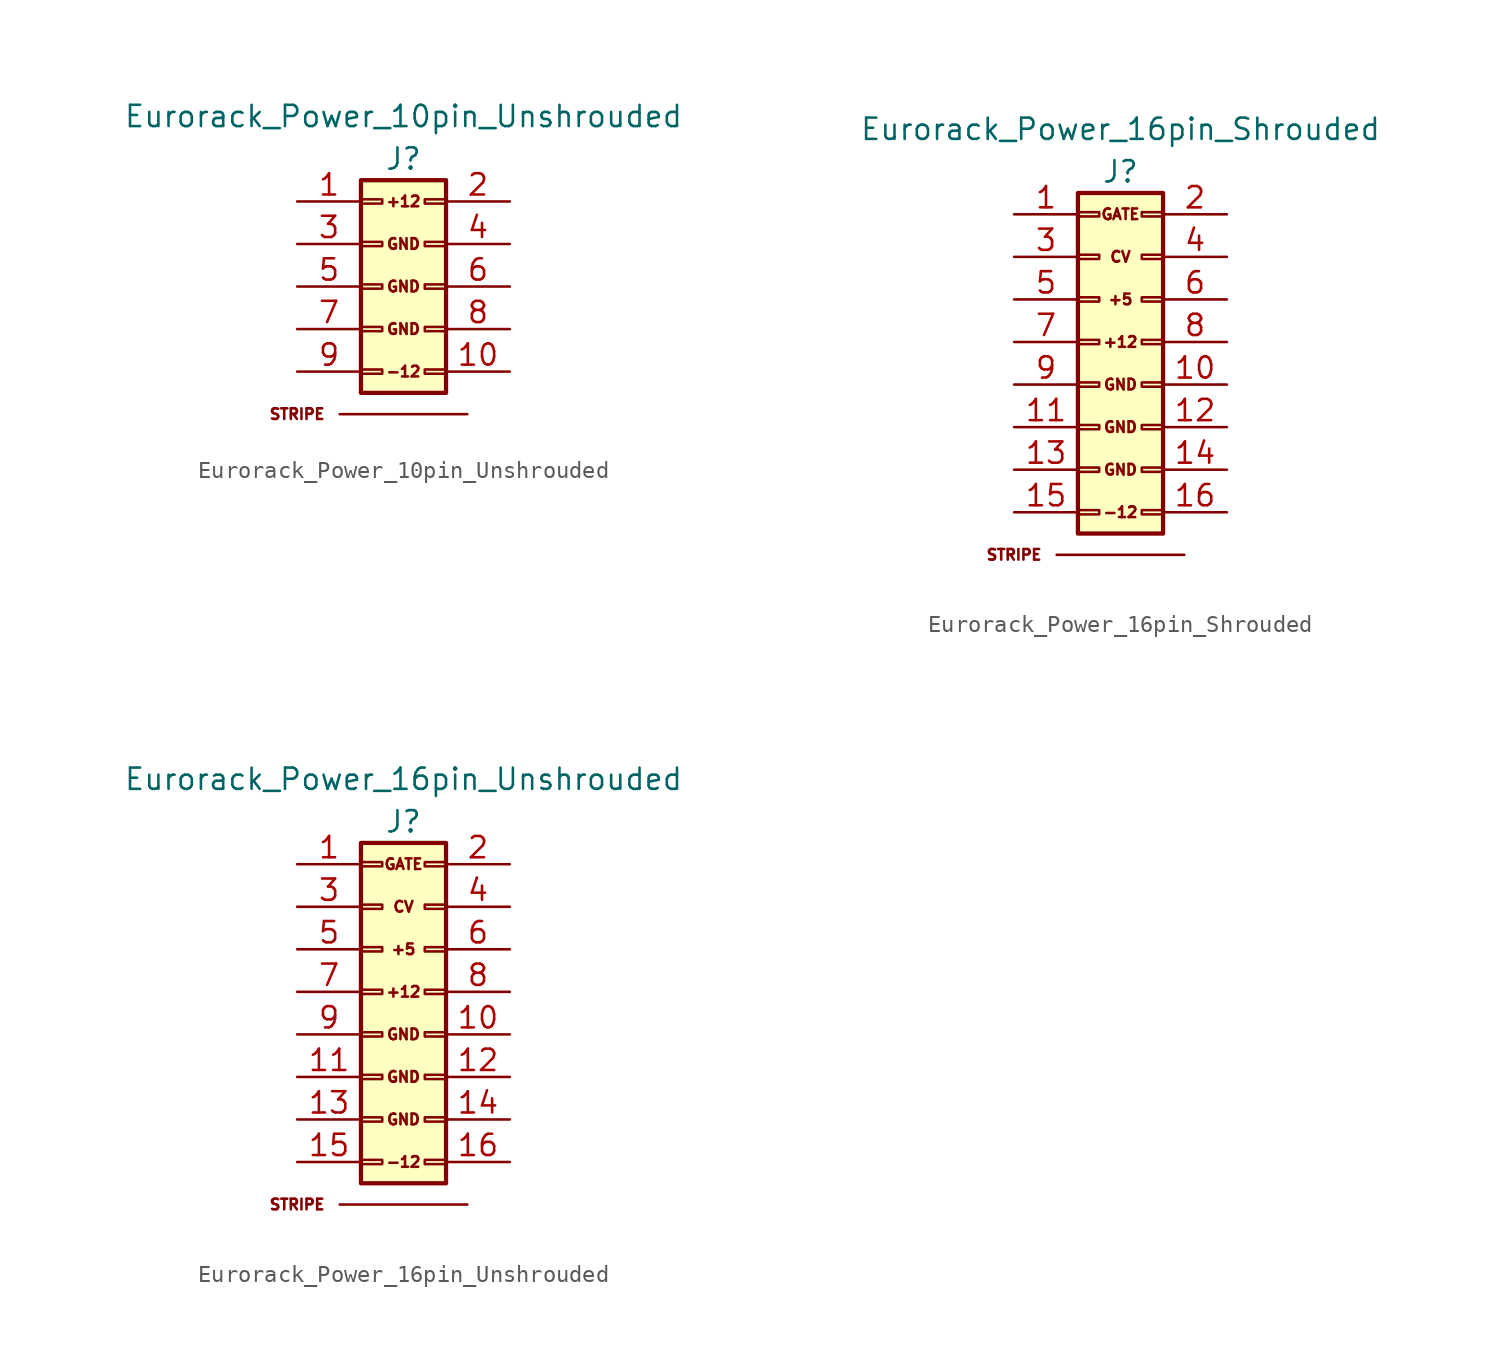
<source format=kicad_sym>
(kicad_symbol_lib
  (version 20211014)
  (generator kicad_symbol_editor)
  (symbol "Eurorack_Power_10pin_Unshrouded"
    (pin_names
      (offset 0.025) hide)
    (property "Reference" "J"
      (at 0 3.81 0)
      (effects (font (size 1.27 1.27))))
    (property "Value" "Eurorack_Power_10pin_Unshrouded"
      (at 0 6.35 0)
      (effects (font (size 1.27 1.27))))
    (symbol "Eurorack_Power_10pin_Unshrouded_0_0"
      (text "+12" (at 0 1.27 0) (effects (font (size 0.635 0.635))))
      (text "-12" (at 0 -8.89 0) (effects (font (size 0.635 0.635))))
      (text "GND" (at 0 -6.35 0) (effects (font (size 0.635 0.635))))
      (text "GND" (at 0 -3.81 0) (effects (font (size 0.635 0.635))))
      (text "GND" (at 0 -1.27 0) (effects (font (size 0.635 0.635))))
      (text "STRIPE" (at -6.35 -11.43 0) (effects (font (size 0.635 0.635)))))
    (symbol "Eurorack_Power_10pin_Unshrouded_0_1"
      (rectangle (start -2.54 -10.16) (end 2.54 2.54) (stroke (width 0.254) (type default) (color 0 0 0 0)) (fill (type background)))
      (rectangle (start -2.54 -8.763) (end -1.27 -9.017) (stroke (width 0) (type default) (color 0 0 0 0)) (fill (type none)))
      (rectangle (start -2.54 -6.223) (end -1.27 -6.477) (stroke (width 0) (type default) (color 0 0 0 0)) (fill (type none)))
      (rectangle (start -2.54 -3.683) (end -1.27 -3.937) (stroke (width 0) (type default) (color 0 0 0 0)) (fill (type none)))
      (rectangle (start -2.54 -1.143) (end -1.27 -1.397) (stroke (width 0) (type default) (color 0 0 0 0)) (fill (type none)))
      (rectangle (start -2.54 1.397) (end -1.27 1.143) (stroke (width 0) (type default) (color 0 0 0 0)) (fill (type none)))
      (polyline (pts (xy -3.81 -11.43) (xy 3.81 -11.43) (xy 1.27 -11.43)) (stroke (width 0) (type default) (color 0 0 0 0)) (fill (type none)))
      (rectangle (start 1.27 -8.763) (end 2.54 -9.017) (stroke (width 0) (type default) (color 0 0 0 0)) (fill (type none)))
      (rectangle (start 1.27 -6.223) (end 2.54 -6.477) (stroke (width 0) (type default) (color 0 0 0 0)) (fill (type none)))
      (rectangle (start 1.27 -3.683) (end 2.54 -3.937) (stroke (width 0) (type default) (color 0 0 0 0)) (fill (type none)))
      (rectangle (start 1.27 -1.143) (end 2.54 -1.397) (stroke (width 0) (type default) (color 0 0 0 0)) (fill (type none)))
      (rectangle (start 1.27 1.397) (end 2.54 1.143) (stroke (width 0) (type default) (color 0 0 0 0)) (fill (type none))))
    (symbol "Eurorack_Power_10pin_Unshrouded_1_1"
      (pin passive line (at -6.35 1.27 0) (length 3.81) (name "+12V" (effects (font (size 1.27 1.27)))) (number "1" (effects (font (size 1.27 1.27)))))
      (pin passive line (at 6.35 -8.89 180) (length 3.81) (name "-12V" (effects (font (size 1.27 1.27)))) (number "10" (effects (font (size 1.27 1.27)))))
      (pin passive line (at 6.35 1.27 180) (length 3.81) (name "+12V" (effects (font (size 1.27 1.27)))) (number "2" (effects (font (size 1.27 1.27)))))
      (pin passive line (at -6.35 -1.27 0) (length 3.81) (name "GND" (effects (font (size 1.27 1.27)))) (number "3" (effects (font (size 1.27 1.27)))))
      (pin passive line (at 6.35 -1.27 180) (length 3.81) (name "GND" (effects (font (size 1.27 1.27)))) (number "4" (effects (font (size 1.27 1.27)))))
      (pin passive line (at -6.35 -3.81 0) (length 3.81) (name "GND" (effects (font (size 1.27 1.27)))) (number "5" (effects (font (size 1.27 1.27)))))
      (pin passive line (at 6.35 -3.81 180) (length 3.81) (name "GND" (effects (font (size 1.27 1.27)))) (number "6" (effects (font (size 1.27 1.27)))))
      (pin passive line (at -6.35 -6.35 0) (length 3.81) (name "GND" (effects (font (size 1.27 1.27)))) (number "7" (effects (font (size 1.27 1.27)))))
      (pin passive line (at 6.35 -6.35 180) (length 3.81) (name "GND" (effects (font (size 1.27 1.27)))) (number "8" (effects (font (size 1.27 1.27)))))
      (pin passive line (at -6.35 -8.89 0) (length 3.81) (name "-12V" (effects (font (size 1.27 1.27)))) (number "9" (effects (font (size 1.27 1.27)))))))
  (symbol "Eurorack_Power_16pin_Shrouded"
    (pin_names
      (offset 0.025) hide)
    (property "Reference" "J"
      (at 0 11.43 0)
      (effects (font (size 1.27 1.27))))
    (property "Value" "Eurorack_Power_16pin_Shrouded"
      (at 0 13.97 0)
      (effects (font (size 1.27 1.27))))
    (symbol "Eurorack_Power_16pin_Shrouded_0_0"
      (text "+12" (at 0 1.27 0) (effects (font (size 0.635 0.635))))
      (text "+5" (at 0 3.81 0) (effects (font (size 0.635 0.635))))
      (text "-12" (at 0 -8.89 0) (effects (font (size 0.635 0.635))))
      (text "CV" (at 0 6.35 0) (effects (font (size 0.635 0.635))))
      (text "GATE" (at 0 8.89 0) (effects (font (size 0.635 0.635))))
      (text "GND" (at 0 -6.35 0) (effects (font (size 0.635 0.635))))
      (text "GND" (at 0 -3.81 0) (effects (font (size 0.635 0.635))))
      (text "GND" (at 0 -1.27 0) (effects (font (size 0.635 0.635))))
      (text "STRIPE" (at -6.35 -11.43 0) (effects (font (size 0.635 0.635)))))
    (symbol "Eurorack_Power_16pin_Shrouded_0_1"
      (rectangle (start -2.54 -8.763) (end -1.27 -9.017) (stroke (width 0) (type default) (color 0 0 0 0)) (fill (type none)))
      (rectangle (start -2.54 -6.223) (end -1.27 -6.477) (stroke (width 0) (type default) (color 0 0 0 0)) (fill (type none)))
      (rectangle (start -2.54 -3.683) (end -1.27 -3.937) (stroke (width 0) (type default) (color 0 0 0 0)) (fill (type none)))
      (rectangle (start -2.54 -1.143) (end -1.27 -1.397) (stroke (width 0) (type default) (color 0 0 0 0)) (fill (type none)))
      (rectangle (start -2.54 1.397) (end -1.27 1.143) (stroke (width 0) (type default) (color 0 0 0 0)) (fill (type none)))
      (rectangle (start -2.54 3.937) (end -1.27 3.683) (stroke (width 0) (type default) (color 0 0 0 0)) (fill (type none)))
      (rectangle (start -2.54 6.477) (end -1.27 6.223) (stroke (width 0) (type default) (color 0 0 0 0)) (fill (type none)))
      (rectangle (start -2.54 9.017) (end -1.27 8.763) (stroke (width 0) (type default) (color 0 0 0 0)) (fill (type none)))
      (rectangle (start -2.54 10.16) (end 2.54 -10.16) (stroke (width 0.254) (type default) (color 0 0 0 0)) (fill (type background)))
      (polyline (pts (xy -3.81 -11.43) (xy 3.81 -11.43) (xy 1.27 -11.43)) (stroke (width 0) (type default) (color 0 0 0 0)) (fill (type none)))
      (rectangle (start 1.27 -8.763) (end 2.54 -9.017) (stroke (width 0) (type default) (color 0 0 0 0)) (fill (type none)))
      (rectangle (start 1.27 -6.223) (end 2.54 -6.477) (stroke (width 0) (type default) (color 0 0 0 0)) (fill (type none)))
      (rectangle (start 1.27 -3.683) (end 2.54 -3.937) (stroke (width 0) (type default) (color 0 0 0 0)) (fill (type none)))
      (rectangle (start 1.27 -1.143) (end 2.54 -1.397) (stroke (width 0) (type default) (color 0 0 0 0)) (fill (type none)))
      (rectangle (start 1.27 1.397) (end 2.54 1.143) (stroke (width 0) (type default) (color 0 0 0 0)) (fill (type none)))
      (rectangle (start 1.27 3.937) (end 2.54 3.683) (stroke (width 0) (type default) (color 0 0 0 0)) (fill (type none)))
      (rectangle (start 1.27 6.477) (end 2.54 6.223) (stroke (width 0) (type default) (color 0 0 0 0)) (fill (type none)))
      (rectangle (start 1.27 9.017) (end 2.54 8.763) (stroke (width 0) (type default) (color 0 0 0 0)) (fill (type none))))
    (symbol "Eurorack_Power_16pin_Shrouded_1_1"
      (pin passive line (at -6.35 8.89 0) (length 3.81) (name "P1" (effects (font (size 1.27 1.27)))) (number "1" (effects (font (size 1.27 1.27)))))
      (pin passive line (at 6.35 -1.27 180) (length 3.81) (name "GND" (effects (font (size 1.27 1.27)))) (number "10" (effects (font (size 1.27 1.27)))))
      (pin passive line (at -6.35 -3.81 0) (length 3.81) (name "GND" (effects (font (size 1.27 1.27)))) (number "11" (effects (font (size 1.27 1.27)))))
      (pin passive line (at 6.35 -3.81 180) (length 3.81) (name "GND" (effects (font (size 1.27 1.27)))) (number "12" (effects (font (size 1.27 1.27)))))
      (pin passive line (at -6.35 -6.35 0) (length 3.81) (name "-12" (effects (font (size 1.27 1.27)))) (number "13" (effects (font (size 1.27 1.27)))))
      (pin passive line (at 6.35 -6.35 180) (length 3.81) (name "-12V" (effects (font (size 1.27 1.27)))) (number "14" (effects (font (size 1.27 1.27)))))
      (pin passive line (at -6.35 -8.89 0) (length 3.81) (name "-12V" (effects (font (size 1.27 1.27)))) (number "15" (effects (font (size 1.27 1.27)))))
      (pin passive line (at 6.35 -8.89 180) (length 3.81) (name "P16" (effects (font (size 1.27 1.27)))) (number "16" (effects (font (size 1.27 1.27)))))
      (pin passive line (at 6.35 8.89 180) (length 3.81) (name "P2" (effects (font (size 1.27 1.27)))) (number "2" (effects (font (size 1.27 1.27)))))
      (pin passive line (at -6.35 6.35 0) (length 3.81) (name "P3" (effects (font (size 1.27 1.27)))) (number "3" (effects (font (size 1.27 1.27)))))
      (pin passive line (at 6.35 6.35 180) (length 3.81) (name "P4" (effects (font (size 1.27 1.27)))) (number "4" (effects (font (size 1.27 1.27)))))
      (pin passive line (at -6.35 3.81 0) (length 3.81) (name "+12V" (effects (font (size 1.27 1.27)))) (number "5" (effects (font (size 1.27 1.27)))))
      (pin passive line (at 6.35 3.81 180) (length 3.81) (name "P6" (effects (font (size 1.27 1.27)))) (number "6" (effects (font (size 1.27 1.27)))))
      (pin passive line (at -6.35 1.27 0) (length 3.81) (name "12V" (effects (font (size 1.27 1.27)))) (number "7" (effects (font (size 1.27 1.27)))))
      (pin passive line (at 6.35 1.27 180) (length 3.81) (name "+12V" (effects (font (size 1.27 1.27)))) (number "8" (effects (font (size 1.27 1.27)))))
      (pin passive line (at -6.35 -1.27 0) (length 3.81) (name "GND" (effects (font (size 1.27 1.27)))) (number "9" (effects (font (size 1.27 1.27)))))))
  (symbol "Eurorack_Power_16pin_Unshrouded"
    (pin_names
      (offset 0.025) hide)
    (property "Reference" "J"
      (at 0 11.43 0)
      (effects (font (size 1.27 1.27))))
    (property "Value" "Eurorack_Power_16pin_Unshrouded"
      (at 0 13.97 0)
      (effects (font (size 1.27 1.27))))
    (symbol "Eurorack_Power_16pin_Unshrouded_0_0"
      (text "+12" (at 0 1.27 0) (effects (font (size 0.635 0.635))))
      (text "+5" (at 0 3.81 0) (effects (font (size 0.635 0.635))))
      (text "-12" (at 0 -8.89 0) (effects (font (size 0.635 0.635))))
      (text "CV" (at 0 6.35 0) (effects (font (size 0.635 0.635))))
      (text "GATE" (at 0 8.89 0) (effects (font (size 0.635 0.635))))
      (text "GND" (at 0 -6.35 0) (effects (font (size 0.635 0.635))))
      (text "GND" (at 0 -3.81 0) (effects (font (size 0.635 0.635))))
      (text "GND" (at 0 -1.27 0) (effects (font (size 0.635 0.635))))
      (text "STRIPE" (at -6.35 -11.43 0) (effects (font (size 0.635 0.635)))))
    (symbol "Eurorack_Power_16pin_Unshrouded_0_1"
      (rectangle (start -2.54 -8.763) (end -1.27 -9.017) (stroke (width 0) (type default) (color 0 0 0 0)) (fill (type none)))
      (rectangle (start -2.54 -6.223) (end -1.27 -6.477) (stroke (width 0) (type default) (color 0 0 0 0)) (fill (type none)))
      (rectangle (start -2.54 -3.683) (end -1.27 -3.937) (stroke (width 0) (type default) (color 0 0 0 0)) (fill (type none)))
      (rectangle (start -2.54 -1.143) (end -1.27 -1.397) (stroke (width 0) (type default) (color 0 0 0 0)) (fill (type none)))
      (rectangle (start -2.54 1.397) (end -1.27 1.143) (stroke (width 0) (type default) (color 0 0 0 0)) (fill (type none)))
      (rectangle (start -2.54 3.937) (end -1.27 3.683) (stroke (width 0) (type default) (color 0 0 0 0)) (fill (type none)))
      (rectangle (start -2.54 6.477) (end -1.27 6.223) (stroke (width 0) (type default) (color 0 0 0 0)) (fill (type none)))
      (rectangle (start -2.54 9.017) (end -1.27 8.763) (stroke (width 0) (type default) (color 0 0 0 0)) (fill (type none)))
      (rectangle (start -2.54 10.16) (end 2.54 -10.16) (stroke (width 0.254) (type default) (color 0 0 0 0)) (fill (type background)))
      (polyline (pts (xy -3.81 -11.43) (xy 3.81 -11.43) (xy 1.27 -11.43)) (stroke (width 0) (type default) (color 0 0 0 0)) (fill (type none)))
      (rectangle (start 1.27 -8.763) (end 2.54 -9.017) (stroke (width 0) (type default) (color 0 0 0 0)) (fill (type none)))
      (rectangle (start 1.27 -6.223) (end 2.54 -6.477) (stroke (width 0) (type default) (color 0 0 0 0)) (fill (type none)))
      (rectangle (start 1.27 -3.683) (end 2.54 -3.937) (stroke (width 0) (type default) (color 0 0 0 0)) (fill (type none)))
      (rectangle (start 1.27 -1.143) (end 2.54 -1.397) (stroke (width 0) (type default) (color 0 0 0 0)) (fill (type none)))
      (rectangle (start 1.27 1.397) (end 2.54 1.143) (stroke (width 0) (type default) (color 0 0 0 0)) (fill (type none)))
      (rectangle (start 1.27 3.937) (end 2.54 3.683) (stroke (width 0) (type default) (color 0 0 0 0)) (fill (type none)))
      (rectangle (start 1.27 6.477) (end 2.54 6.223) (stroke (width 0) (type default) (color 0 0 0 0)) (fill (type none)))
      (rectangle (start 1.27 9.017) (end 2.54 8.763) (stroke (width 0) (type default) (color 0 0 0 0)) (fill (type none))))
    (symbol "Eurorack_Power_16pin_Unshrouded_1_1"
      (pin passive line (at -6.35 8.89 0) (length 3.81) (name "P1" (effects (font (size 1.27 1.27)))) (number "1" (effects (font (size 1.27 1.27)))))
      (pin passive line (at 6.35 -1.27 180) (length 3.81) (name "GND" (effects (font (size 1.27 1.27)))) (number "10" (effects (font (size 1.27 1.27)))))
      (pin passive line (at -6.35 -3.81 0) (length 3.81) (name "GND" (effects (font (size 1.27 1.27)))) (number "11" (effects (font (size 1.27 1.27)))))
      (pin passive line (at 6.35 -3.81 180) (length 3.81) (name "GND" (effects (font (size 1.27 1.27)))) (number "12" (effects (font (size 1.27 1.27)))))
      (pin passive line (at -6.35 -6.35 0) (length 3.81) (name "-12" (effects (font (size 1.27 1.27)))) (number "13" (effects (font (size 1.27 1.27)))))
      (pin passive line (at 6.35 -6.35 180) (length 3.81) (name "-12V" (effects (font (size 1.27 1.27)))) (number "14" (effects (font (size 1.27 1.27)))))
      (pin passive line (at -6.35 -8.89 0) (length 3.81) (name "-12V" (effects (font (size 1.27 1.27)))) (number "15" (effects (font (size 1.27 1.27)))))
      (pin passive line (at 6.35 -8.89 180) (length 3.81) (name "P16" (effects (font (size 1.27 1.27)))) (number "16" (effects (font (size 1.27 1.27)))))
      (pin passive line (at 6.35 8.89 180) (length 3.81) (name "P2" (effects (font (size 1.27 1.27)))) (number "2" (effects (font (size 1.27 1.27)))))
      (pin passive line (at -6.35 6.35 0) (length 3.81) (name "P3" (effects (font (size 1.27 1.27)))) (number "3" (effects (font (size 1.27 1.27)))))
      (pin passive line (at 6.35 6.35 180) (length 3.81) (name "P4" (effects (font (size 1.27 1.27)))) (number "4" (effects (font (size 1.27 1.27)))))
      (pin passive line (at -6.35 3.81 0) (length 3.81) (name "+12V" (effects (font (size 1.27 1.27)))) (number "5" (effects (font (size 1.27 1.27)))))
      (pin passive line (at 6.35 3.81 180) (length 3.81) (name "P6" (effects (font (size 1.27 1.27)))) (number "6" (effects (font (size 1.27 1.27)))))
      (pin passive line (at -6.35 1.27 0) (length 3.81) (name "12V" (effects (font (size 1.27 1.27)))) (number "7" (effects (font (size 1.27 1.27)))))
      (pin passive line (at 6.35 1.27 180) (length 3.81) (name "+12V" (effects (font (size 1.27 1.27)))) (number "8" (effects (font (size 1.27 1.27)))))
      (pin passive line (at -6.35 -1.27 0) (length 3.81) (name "GND" (effects (font (size 1.27 1.27)))) (number "9" (effects (font (size 1.27 1.27))))))))
</source>
